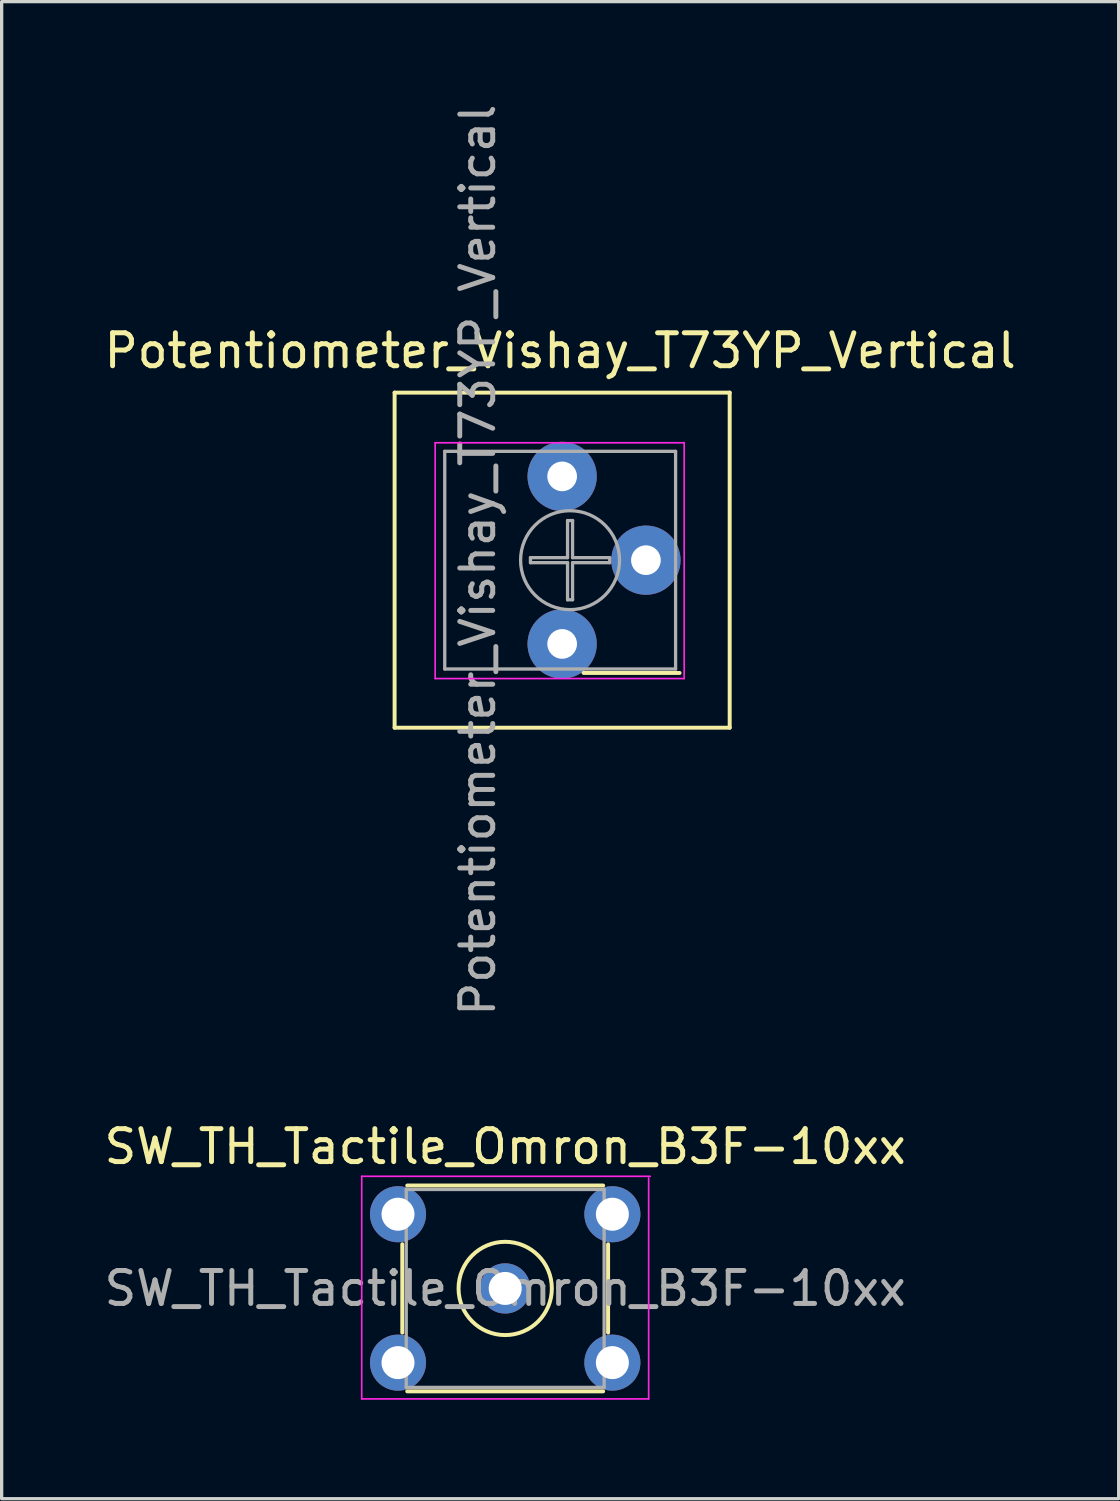
<source format=kicad_pcb>
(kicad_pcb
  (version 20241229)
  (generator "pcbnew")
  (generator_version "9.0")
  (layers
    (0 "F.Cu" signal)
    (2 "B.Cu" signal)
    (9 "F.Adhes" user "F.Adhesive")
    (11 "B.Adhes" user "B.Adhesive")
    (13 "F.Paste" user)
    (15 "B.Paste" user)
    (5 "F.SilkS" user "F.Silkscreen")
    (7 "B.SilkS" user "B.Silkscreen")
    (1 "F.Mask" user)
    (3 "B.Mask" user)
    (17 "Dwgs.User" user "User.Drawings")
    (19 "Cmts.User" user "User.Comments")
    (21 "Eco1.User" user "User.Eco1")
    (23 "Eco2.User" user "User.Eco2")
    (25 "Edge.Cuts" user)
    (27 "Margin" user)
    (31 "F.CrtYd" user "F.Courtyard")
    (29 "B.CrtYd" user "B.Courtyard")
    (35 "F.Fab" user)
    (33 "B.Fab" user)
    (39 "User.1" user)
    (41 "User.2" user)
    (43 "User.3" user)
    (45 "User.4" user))
  (footprint "SW_TH_Tactile_Omron_B3F-10xx"
    (layer "F.Cu")
    (at 9.018 33.767)
    (property "Reference" "SW_TH_Tactile_Omron_B3F-10xx" (at 3.25 -2.05 0) (layer "F.SilkS") (effects (font (size 1 1) (thickness 0.15))))
    (attr through_hole)
    (fp_line (start 0.13 3.59) (end 0.13 0.91) (stroke (width 0.12) (type solid)) (layer "F.SilkS"))
    (fp_line (start 0.28 -0.87) (end 6.22 -0.87) (stroke (width 0.12) (type solid)) (layer "F.SilkS"))
    (fp_line (start 0.28 5.37) (end 6.22 5.37) (stroke (width 0.12) (type solid)) (layer "F.SilkS"))
    (fp_line (start 6.37 0.91) (end 6.37 3.59) (stroke (width 0.12) (type solid)) (layer "F.SilkS"))
    (fp_circle (center 3.25 2.25) (end 4.25 3.25) (stroke (width 0.12) (type solid)) (fill no) (layer "F.SilkS"))
    (fp_line (start -1.1 -1.15) (end -1.1 5.6) (stroke (width 0.05) (type solid)) (layer "F.CrtYd"))
    (fp_line (start -1.1 5.6) (end 7.6 5.6) (stroke (width 0.05) (type solid)) (layer "F.CrtYd"))
    (fp_line (start 7.6 5.6) (end 7.6 -1.1) (stroke (width 0.05) (type solid)) (layer "F.CrtYd"))
    (fp_line (start 7.65 -1.15) (end -1.1 -1.15) (stroke (width 0.05) (type solid)) (layer "F.CrtYd"))
    (fp_line (start 0.25 -0.75) (end 0.25 5.25) (stroke (width 0.1) (type solid)) (layer "F.Fab"))
    (fp_line (start 0.25 -0.75) (end 6.25 -0.75) (stroke (width 0.1) (type solid)) (layer "F.Fab"))
    (fp_line (start 0.25 5.25) (end 6.25 5.25) (stroke (width 0.1) (type solid)) (layer "F.Fab"))
    (fp_line (start 6.25 -0.75) (end 6.25 5.25) (stroke (width 0.1) (type solid)) (layer "F.Fab"))
    (fp_text user "${REFERENCE}" (at 3.25 2.25 0) (layer "F.Fab") (effects (font (size 1 1) (thickness 0.15))))
    (pad "" thru_hole circle (at 3.25 2.25) (size 1.524 1.524) (drill 1) (layers "*.Cu" "*.Mask"))
    (pad "1" thru_hole circle (at 0 0) (size 1.7 1.7) (drill 1) (layers "*.Cu" "*.Mask"))
    (pad "2" thru_hole circle (at 6.5 0) (size 1.7 1.7) (drill 1) (layers "*.Cu" "*.Mask"))
    (pad "3" thru_hole circle (at 0 4.5) (size 1.7 1.7) (drill 1) (layers "*.Cu" "*.Mask"))
    (pad "4" thru_hole circle (at 6.5 4.5) (size 1.7 1.7) (drill 1) (layers "*.Cu" "*.Mask")))
  (footprint "Potentiometer_Vishay_T73YP_Vertical"
    (layer "F.Cu")
    (at 13.995 16.475)
    (property "Reference" "Potentiometer_Vishay_T73YP_Vertical" (at -0.06 -8.89 0) (layer "F.SilkS") (effects (font (size 1 1) (thickness 0.15))))
    (attr through_hole)
    (fp_line (start -5.08 -7.62) (end -5.08 2.54) (stroke (width 0.12) (type solid)) (layer "F.SilkS"))
    (fp_line (start -5.08 -7.62) (end 5.08 -7.62) (stroke (width 0.12) (type solid)) (layer "F.SilkS"))
    (fp_line (start -5.08 2.54) (end 5.08 2.54) (stroke (width 0.12) (type solid)) (layer "F.SilkS"))
    (fp_line (start 0.65 0.88) (end 3.56 0.88) (stroke (width 0.12) (type solid)) (layer "F.SilkS"))
    (fp_line (start 5.08 -7.62) (end 5.08 2.54) (stroke (width 0.12) (type solid)) (layer "F.SilkS"))
    (fp_line (start -3.85 -6.1) (end -3.85 1.05) (stroke (width 0.05) (type solid)) (layer "F.CrtYd"))
    (fp_line (start -3.85 1.05) (end 3.7 1.05) (stroke (width 0.05) (type solid)) (layer "F.CrtYd"))
    (fp_line (start 3.7 -6.1) (end -3.85 -6.1) (stroke (width 0.05) (type solid)) (layer "F.CrtYd"))
    (fp_line (start 3.7 1.05) (end 3.7 -6.1) (stroke (width 0.05) (type solid)) (layer "F.CrtYd"))
    (fp_line (start -3.56 -5.84) (end -3.56 0.76) (stroke (width 0.1) (type solid)) (layer "F.Fab"))
    (fp_line (start -3.56 0.76) (end 3.44 0.76) (stroke (width 0.1) (type solid)) (layer "F.Fab"))
    (fp_line (start -0.961 -2.616) (end 0.164 -2.616) (stroke (width 0.1) (type solid)) (layer "F.Fab"))
    (fp_line (start -0.961 -2.464) (end -0.961 -2.616) (stroke (width 0.1) (type solid)) (layer "F.Fab"))
    (fp_line (start 0.164 -3.741) (end 0.316 -3.741) (stroke (width 0.1) (type solid)) (layer "F.Fab"))
    (fp_line (start 0.164 -2.616) (end 0.164 -3.741) (stroke (width 0.1) (type solid)) (layer "F.Fab"))
    (fp_line (start 0.164 -2.464) (end -0.961 -2.464) (stroke (width 0.1) (type solid)) (layer "F.Fab"))
    (fp_line (start 0.164 -1.339) (end 0.164 -2.464) (stroke (width 0.1) (type solid)) (layer "F.Fab"))
    (fp_line (start 0.316 -3.741) (end 0.316 -2.616) (stroke (width 0.1) (type solid)) (layer "F.Fab"))
    (fp_line (start 0.316 -2.616) (end 1.441 -2.616) (stroke (width 0.1) (type solid)) (layer "F.Fab"))
    (fp_line (start 0.316 -2.464) (end 0.316 -1.339) (stroke (width 0.1) (type solid)) (layer "F.Fab"))
    (fp_line (start 0.316 -1.339) (end 0.164 -1.339) (stroke (width 0.1) (type solid)) (layer "F.Fab"))
    (fp_line (start 1.441 -2.616) (end 1.441 -2.464) (stroke (width 0.1) (type solid)) (layer "F.Fab"))
    (fp_line (start 1.441 -2.464) (end 0.316 -2.464) (stroke (width 0.1) (type solid)) (layer "F.Fab"))
    (fp_line (start 3.44 -5.84) (end -3.56 -5.84) (stroke (width 0.1) (type solid)) (layer "F.Fab"))
    (fp_line (start 3.44 0.76) (end 3.44 -5.84) (stroke (width 0.1) (type solid)) (layer "F.Fab"))
    (fp_circle (center 0.24 -2.54) (end 1.74 -2.54) (stroke (width 0.1) (type solid)) (fill no) (layer "F.Fab"))
    (fp_text user "${REFERENCE}" (at -2.56 -2.54 90) (layer "F.Fab") (effects (font (size 1 1) (thickness 0.15))))
    (pad "1" thru_hole circle (at 0 0) (size 2.1 2.1) (drill 0.9) (layers "*.Cu" "*.Mask"))
    (pad "2" thru_hole circle (at 2.54 -2.54) (size 2.1 2.1) (drill 0.9) (layers "*.Cu" "*.Mask"))
    (pad "3" thru_hole circle (at 0 -5.08) (size 2.1 2.1) (drill 0.9) (layers "*.Cu" "*.Mask")))
  (gr_rect
    (start -3 -3)
    (end 30.869 42.392)
    (stroke (width 0.1) (type default))
    (fill no)
    (layer "Edge.Cuts")))
</source>
